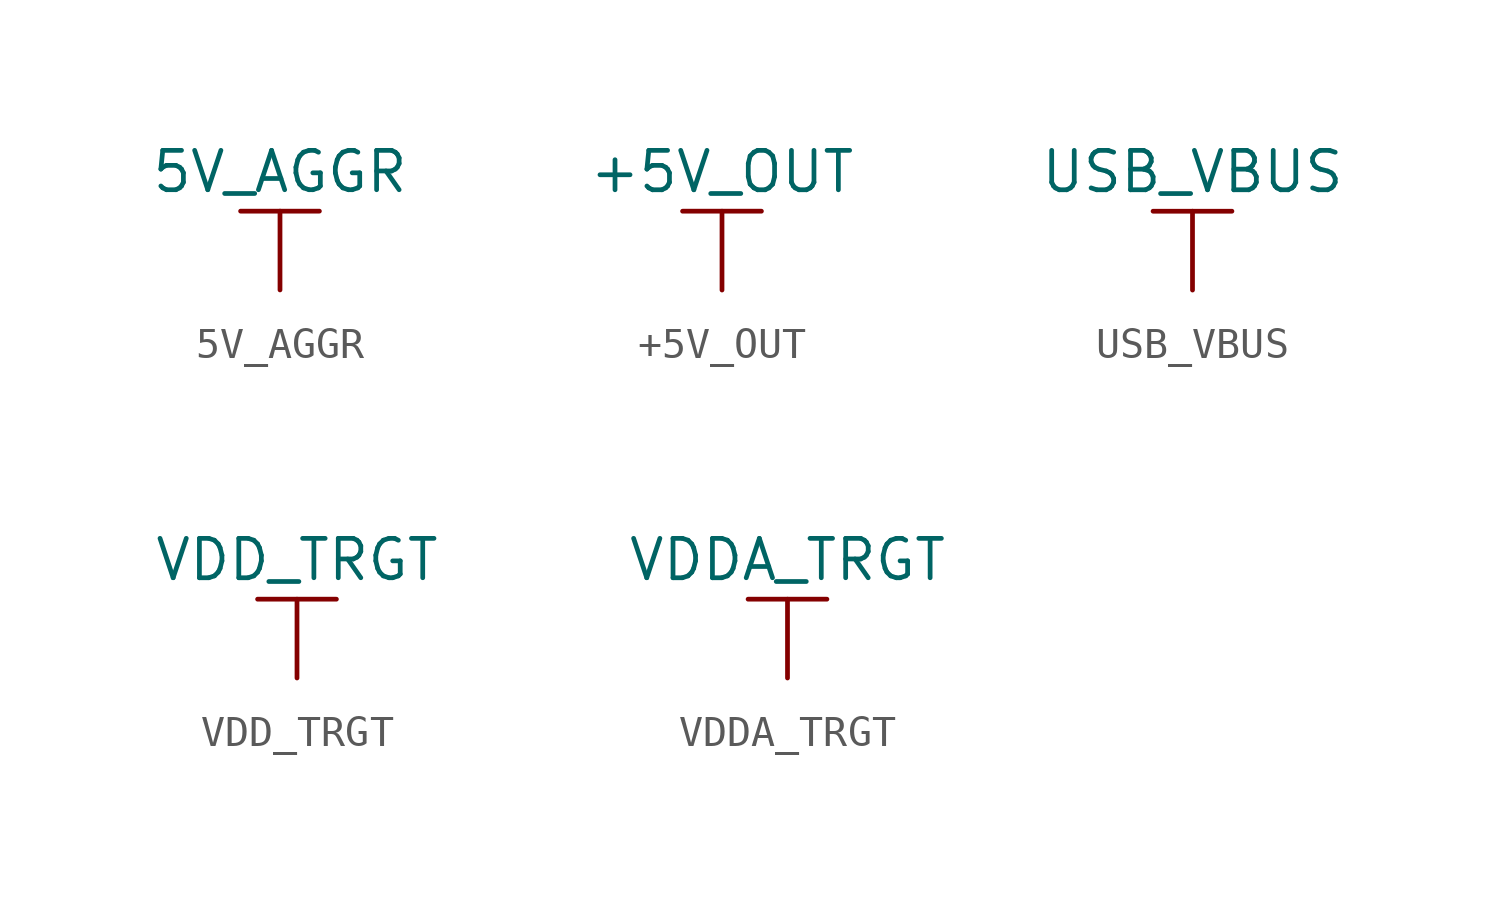
<source format=kicad_sym>
(kicad_symbol_lib
  (version 20211014)
  (generator kicad_symbol_editor)
  (symbol "5V_AGGR"
    (power)
    (property "Reference" "#PWR"
      (at 0 -1.27 0)
      (effects (font (size 1.27 1.27)) hide))
    (property "Value" "5V_AGGR"
      (at 0 3.81 0)
      (effects (font (size 1.27 1.27))))
    (symbol "5V_AGGR_0_1"
      (polyline (pts (xy -1.27 2.54) (xy 1.27 2.54)) (stroke (width 0) (type default) (color 0 0 0 0)) (fill (type none)))
      (polyline (pts (xy 0 0) (xy 0 2.54)) (stroke (width 0) (type default) (color 0 0 0 0)) (fill (type none))))
    (symbol "5V_AGGR_1_1"
      (pin power_in line (at 0 0 90) (length 0) hide (name "5V_AGGR" (effects (font (size 1.27 1.27)))) (number "1" (effects (font (size 1.27 1.27)))))))
  (symbol "+5V_OUT"
    (power)
    (property "Reference" "#PWR"
      (at 0 -1.27 0)
      (effects (font (size 1.27 1.27)) hide))
    (property "Value" "+5V_OUT"
      (at 0 3.81 0)
      (effects (font (size 1.27 1.27))))
    (symbol "+5V_OUT_0_1"
      (polyline (pts (xy -1.27 2.54) (xy 1.27 2.54)) (stroke (width 0) (type default) (color 0 0 0 0)) (fill (type none)))
      (polyline (pts (xy 0 0) (xy 0 2.54)) (stroke (width 0) (type default) (color 0 0 0 0)) (fill (type none))))
    (symbol "+5V_OUT_1_1"
      (pin power_in line (at 0 0 90) (length 0) hide (name "+5V_OUT" (effects (font (size 1.27 1.27)))) (number "1" (effects (font (size 1.27 1.27)))))))
  (symbol "USB_VBUS"
    (power)
    (property "Reference" "#PWR"
      (at 0 -1.27 0)
      (effects (font (size 1.27 1.27)) hide))
    (property "Value" "USB_VBUS"
      (at 0 3.81 0)
      (effects (font (size 1.27 1.27))))
    (symbol "USB_VBUS_0_1"
      (polyline (pts (xy -1.27 2.54) (xy 1.27 2.54)) (stroke (width 0) (type default) (color 0 0 0 0)) (fill (type none)))
      (polyline (pts (xy 0 0) (xy 0 2.54)) (stroke (width 0) (type default) (color 0 0 0 0)) (fill (type none))))
    (symbol "USB_VBUS_1_1"
      (pin power_in line (at 0 0 90) (length 0) hide (name "USB_VBUS" (effects (font (size 1.27 1.27)))) (number "1" (effects (font (size 1.27 1.27)))))))
  (symbol "VDD_TRGT"
    (power)
    (property "Reference" "#PWR"
      (at 0 -1.27 0)
      (effects (font (size 1.27 1.27)) hide))
    (property "Value" "VDD_TRGT"
      (at 0 3.81 0)
      (effects (font (size 1.27 1.27))))
    (symbol "VDD_TRGT_0_1"
      (polyline (pts (xy -1.27 2.54) (xy 1.27 2.54)) (stroke (width 0) (type default) (color 0 0 0 0)) (fill (type none)))
      (polyline (pts (xy 0 0) (xy 0 2.54)) (stroke (width 0) (type default) (color 0 0 0 0)) (fill (type none))))
    (symbol "VDD_TRGT_1_1"
      (pin power_in line (at 0 0 90) (length 0) hide (name "VDD_TRGT" (effects (font (size 1.27 1.27)))) (number "1" (effects (font (size 1.27 1.27)))))))
  (symbol "VDDA_TRGT"
    (power)
    (property "Reference" "#PWR"
      (at 0 -1.27 0)
      (effects (font (size 1.27 1.27)) hide))
    (property "Value" "VDDA_TRGT"
      (at 0 3.81 0)
      (effects (font (size 1.27 1.27))))
    (symbol "VDDA_TRGT_0_1"
      (polyline (pts (xy -1.27 2.54) (xy 1.27 2.54)) (stroke (width 0) (type default) (color 0 0 0 0)) (fill (type none)))
      (polyline (pts (xy 0 0) (xy 0 2.54)) (stroke (width 0) (type default) (color 0 0 0 0)) (fill (type none))))
    (symbol "VDDA_TRGT_1_1"
      (pin power_in line (at 0 0 90) (length 0) hide (name "VDDA_TRGT" (effects (font (size 1.27 1.27)))) (number "1" (effects (font (size 1.27 1.27))))))))
</source>
